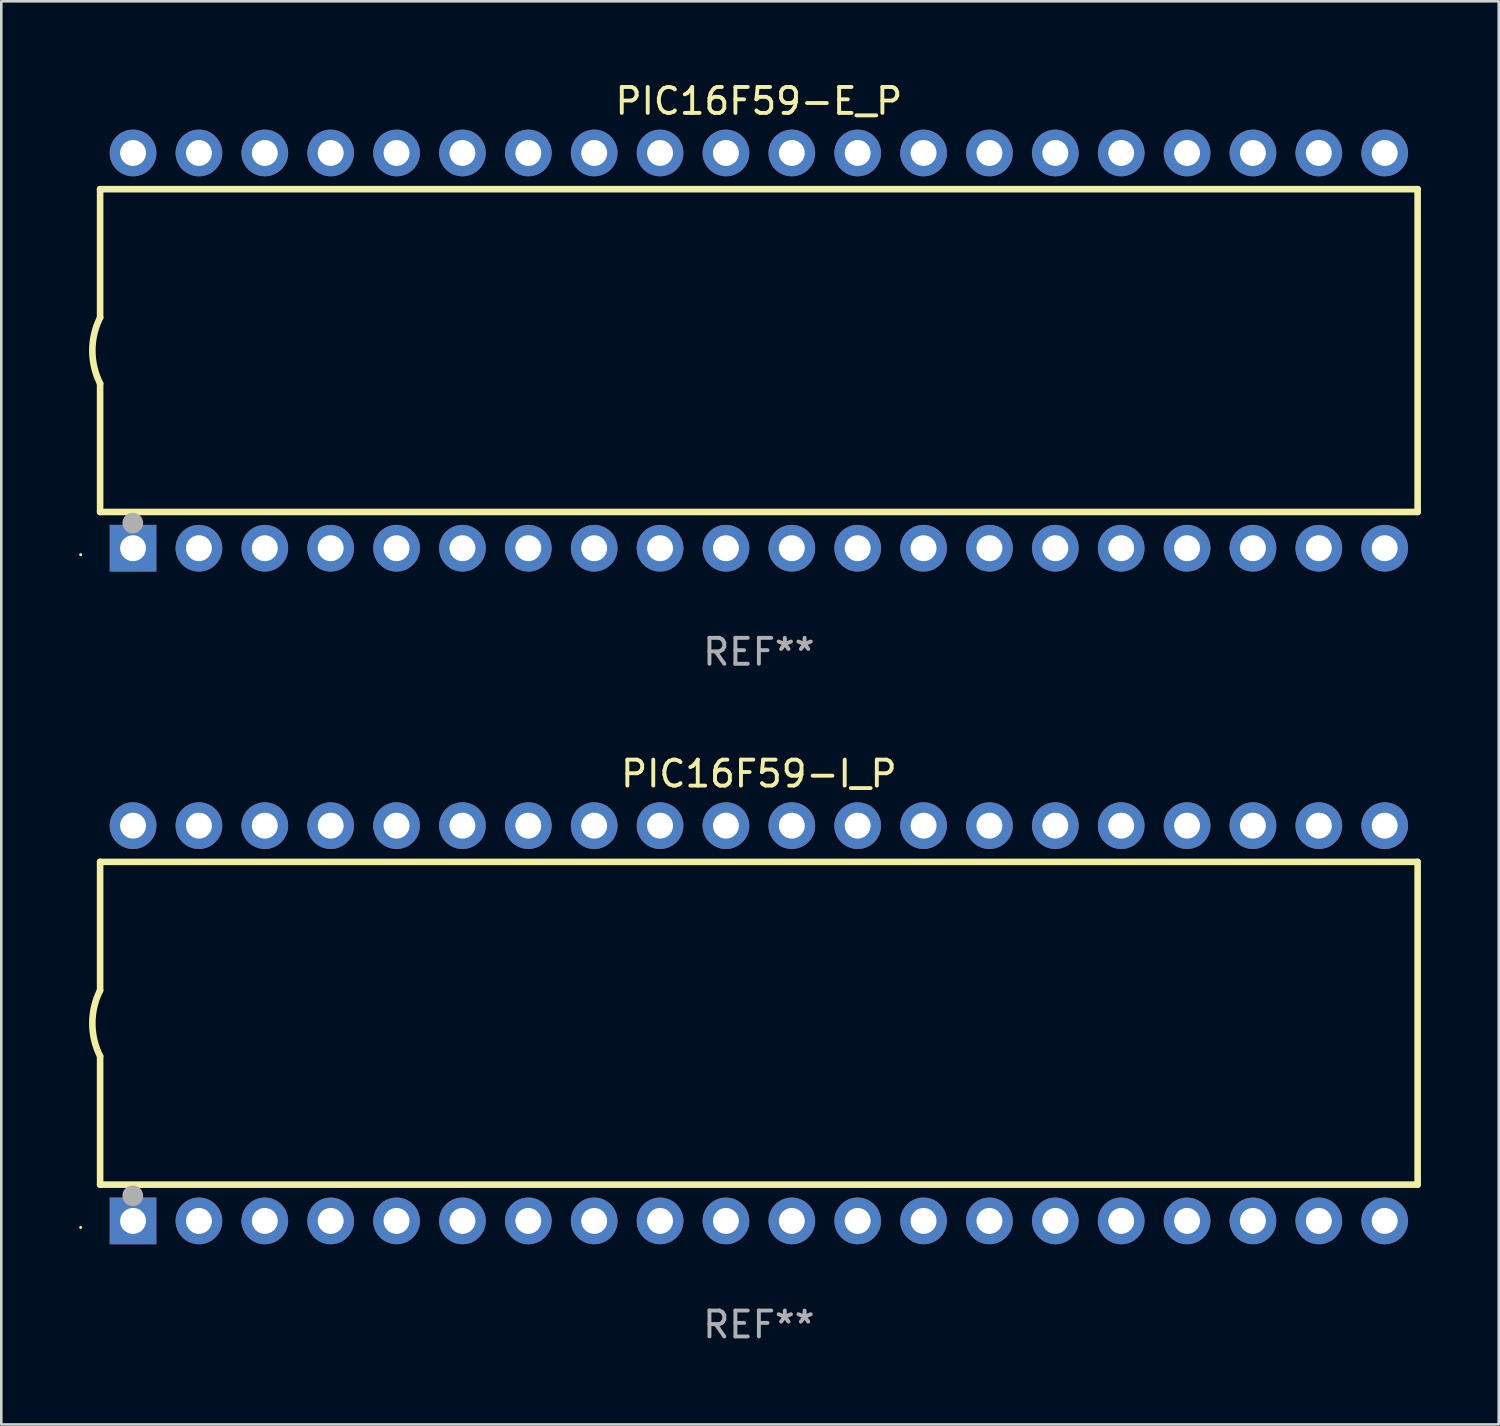
<source format=kicad_pcb>
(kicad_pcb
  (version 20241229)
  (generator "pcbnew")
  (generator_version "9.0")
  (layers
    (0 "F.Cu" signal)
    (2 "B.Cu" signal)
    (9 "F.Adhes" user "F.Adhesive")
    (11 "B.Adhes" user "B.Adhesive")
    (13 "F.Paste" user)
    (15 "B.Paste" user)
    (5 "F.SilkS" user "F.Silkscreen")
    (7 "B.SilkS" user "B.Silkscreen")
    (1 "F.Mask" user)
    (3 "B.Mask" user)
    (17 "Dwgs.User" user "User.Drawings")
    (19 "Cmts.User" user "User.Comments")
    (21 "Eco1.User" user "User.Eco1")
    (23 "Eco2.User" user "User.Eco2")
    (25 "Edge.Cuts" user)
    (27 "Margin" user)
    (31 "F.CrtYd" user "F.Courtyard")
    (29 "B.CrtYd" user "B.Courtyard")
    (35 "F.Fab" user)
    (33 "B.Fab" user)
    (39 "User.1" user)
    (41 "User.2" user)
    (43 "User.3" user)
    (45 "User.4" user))
  (footprint "PIC16F59-I_P"
    (layer "F.Cu")
    (at 26.21 36.405)
    (property "Reference" "PIC16F59-I_P" (at 0 -9.62 0) (layer "F.SilkS") (effects (font (size 1 1) (thickness 0.15))))
    (attr through_hole)
    (fp_line (start -25.4 -6.224) (end -25.4 -1.271) (stroke (width 0.254) (type solid)) (layer "F.SilkS"))
    (fp_line (start -25.4 -6.224) (end 25.4 -6.224) (stroke (width 0.254) (type solid)) (layer "F.SilkS"))
    (fp_line (start -25.4 1.269) (end -25.4 6.222) (stroke (width 0.254) (type solid)) (layer "F.SilkS"))
    (fp_line (start -25.4 6.222) (end 25.4 6.222) (stroke (width 0.254) (type solid)) (layer "F.SilkS"))
    (fp_line (start 25.4 6.222) (end 25.4 -6.224) (stroke (width 0.254) (type solid)) (layer "F.SilkS"))
    (fp_arc (start -25.4 1.269241) (mid -25.699807 -0.000762) (end -25.4 -1.270765) (stroke (width 0.254001) (type solid)) (layer "F.SilkS"))
    (fp_circle (center -26.15 7.87) (end -26.12 7.87) (stroke (width 0.06) (type solid)) (fill no) (layer "F.SilkS"))
    (fp_circle (center -24.14 6.65) (end -23.94 6.65) (stroke (width 0.4) (type solid)) (fill no) (layer "F.Fab"))
    (fp_text user "REF**" (at 0 11.62 0) (layer "F.Fab") (effects (font (size 1 1) (thickness 0.15))))
    (pad "1" thru_hole rect (at -24.13 7.62 90) (size 1.8 1.8) (drill 1) (layers "*.Cu" "*.Mask"))
    (pad "2" thru_hole circle (at -21.59 7.62) (size 1.8 1.8) (drill 1) (layers "*.Cu" "*.Mask"))
    (pad "3" thru_hole circle (at -19.05 7.62) (size 1.8 1.8) (drill 1) (layers "*.Cu" "*.Mask"))
    (pad "4" thru_hole circle (at -16.51 7.62) (size 1.8 1.8) (drill 1) (layers "*.Cu" "*.Mask"))
    (pad "5" thru_hole circle (at -13.97 7.62) (size 1.8 1.8) (drill 1) (layers "*.Cu" "*.Mask"))
    (pad "6" thru_hole circle (at -11.43 7.62) (size 1.8 1.8) (drill 1) (layers "*.Cu" "*.Mask"))
    (pad "7" thru_hole circle (at -8.89 7.62) (size 1.8 1.8) (drill 1) (layers "*.Cu" "*.Mask"))
    (pad "8" thru_hole circle (at -6.35 7.62) (size 1.8 1.8) (drill 1) (layers "*.Cu" "*.Mask"))
    (pad "9" thru_hole circle (at -3.81 7.62) (size 1.8 1.8) (drill 1) (layers "*.Cu" "*.Mask"))
    (pad "10" thru_hole circle (at -1.27 7.62) (size 1.8 1.8) (drill 1) (layers "*.Cu" "*.Mask"))
    (pad "11" thru_hole circle (at 1.27 7.62) (size 1.8 1.8) (drill 1) (layers "*.Cu" "*.Mask"))
    (pad "12" thru_hole circle (at 3.81 7.62) (size 1.8 1.8) (drill 1) (layers "*.Cu" "*.Mask"))
    (pad "13" thru_hole circle (at 6.35 7.62) (size 1.8 1.8) (drill 1) (layers "*.Cu" "*.Mask"))
    (pad "14" thru_hole circle (at 8.89 7.62) (size 1.8 1.8) (drill 1) (layers "*.Cu" "*.Mask"))
    (pad "15" thru_hole circle (at 11.43 7.62) (size 1.8 1.8) (drill 1) (layers "*.Cu" "*.Mask"))
    (pad "16" thru_hole circle (at 13.97 7.62) (size 1.8 1.8) (drill 1) (layers "*.Cu" "*.Mask"))
    (pad "17" thru_hole circle (at 16.51 7.62) (size 1.8 1.8) (drill 1) (layers "*.Cu" "*.Mask"))
    (pad "18" thru_hole circle (at 19.05 7.62) (size 1.8 1.8) (drill 1) (layers "*.Cu" "*.Mask"))
    (pad "19" thru_hole circle (at 21.59 7.62) (size 1.8 1.8) (drill 1) (layers "*.Cu" "*.Mask"))
    (pad "20" thru_hole circle (at 24.13 7.62) (size 1.8 1.8) (drill 1) (layers "*.Cu" "*.Mask"))
    (pad "21" thru_hole circle (at 24.13 -7.62) (size 1.8 1.8) (drill 1) (layers "*.Cu" "*.Mask"))
    (pad "22" thru_hole circle (at 21.59 -7.62) (size 1.8 1.8) (drill 1) (layers "*.Cu" "*.Mask"))
    (pad "23" thru_hole circle (at 19.05 -7.62) (size 1.8 1.8) (drill 1) (layers "*.Cu" "*.Mask"))
    (pad "24" thru_hole circle (at 16.51 -7.62) (size 1.8 1.8) (drill 1) (layers "*.Cu" "*.Mask"))
    (pad "25" thru_hole circle (at 13.97 -7.62) (size 1.8 1.8) (drill 1) (layers "*.Cu" "*.Mask"))
    (pad "26" thru_hole circle (at 11.43 -7.62) (size 1.8 1.8) (drill 1) (layers "*.Cu" "*.Mask"))
    (pad "27" thru_hole circle (at 8.89 -7.62) (size 1.8 1.8) (drill 1) (layers "*.Cu" "*.Mask"))
    (pad "28" thru_hole circle (at 6.35 -7.62) (size 1.8 1.8) (drill 1) (layers "*.Cu" "*.Mask"))
    (pad "29" thru_hole circle (at 3.81 -7.62) (size 1.8 1.8) (drill 1) (layers "*.Cu" "*.Mask"))
    (pad "30" thru_hole circle (at 1.27 -7.62) (size 1.8 1.8) (drill 1) (layers "*.Cu" "*.Mask"))
    (pad "31" thru_hole circle (at -1.27 -7.62) (size 1.8 1.8) (drill 1) (layers "*.Cu" "*.Mask"))
    (pad "32" thru_hole circle (at -3.81 -7.62) (size 1.8 1.8) (drill 1) (layers "*.Cu" "*.Mask"))
    (pad "33" thru_hole circle (at -6.35 -7.62) (size 1.8 1.8) (drill 1) (layers "*.Cu" "*.Mask"))
    (pad "34" thru_hole circle (at -8.89 -7.62) (size 1.8 1.8) (drill 1) (layers "*.Cu" "*.Mask"))
    (pad "35" thru_hole circle (at -11.43 -7.62) (size 1.8 1.8) (drill 1) (layers "*.Cu" "*.Mask"))
    (pad "36" thru_hole circle (at -13.97 -7.62) (size 1.8 1.8) (drill 1) (layers "*.Cu" "*.Mask"))
    (pad "37" thru_hole circle (at -16.51 -7.62) (size 1.8 1.8) (drill 1) (layers "*.Cu" "*.Mask"))
    (pad "38" thru_hole circle (at -19.05 -7.62) (size 1.8 1.8) (drill 1) (layers "*.Cu" "*.Mask"))
    (pad "39" thru_hole circle (at -21.59 -7.62) (size 1.8 1.8) (drill 1) (layers "*.Cu" "*.Mask"))
    (pad "40" thru_hole circle (at -24.13 -7.62) (size 1.8 1.8) (drill 1) (layers "*.Cu" "*.Mask")))
  (footprint "PIC16F59-E_P"
    (layer "F.Cu")
    (at 26.21 10.468)
    (property "Reference" "PIC16F59-E_P" (at 0 -9.62 0) (layer "F.SilkS") (effects (font (size 1 1) (thickness 0.15))))
    (attr through_hole)
    (fp_line (start -25.4 -6.224) (end -25.4 -1.271) (stroke (width 0.254) (type solid)) (layer "F.SilkS"))
    (fp_line (start -25.4 -6.224) (end 25.4 -6.224) (stroke (width 0.254) (type solid)) (layer "F.SilkS"))
    (fp_line (start -25.4 1.269) (end -25.4 6.222) (stroke (width 0.254) (type solid)) (layer "F.SilkS"))
    (fp_line (start -25.4 6.222) (end 25.4 6.222) (stroke (width 0.254) (type solid)) (layer "F.SilkS"))
    (fp_line (start 25.4 6.222) (end 25.4 -6.224) (stroke (width 0.254) (type solid)) (layer "F.SilkS"))
    (fp_arc (start -25.4 1.269241) (mid -25.699807 -0.000762) (end -25.4 -1.270765) (stroke (width 0.254001) (type solid)) (layer "F.SilkS"))
    (fp_circle (center -26.15 7.87) (end -26.12 7.87) (stroke (width 0.06) (type solid)) (fill no) (layer "F.SilkS"))
    (fp_circle (center -24.14 6.65) (end -23.94 6.65) (stroke (width 0.4) (type solid)) (fill no) (layer "F.Fab"))
    (fp_text user "REF**" (at 0 11.62 0) (layer "F.Fab") (effects (font (size 1 1) (thickness 0.15))))
    (pad "1" thru_hole rect (at -24.13 7.62 90) (size 1.8 1.8) (drill 1) (layers "*.Cu" "*.Mask"))
    (pad "2" thru_hole circle (at -21.59 7.62) (size 1.8 1.8) (drill 1) (layers "*.Cu" "*.Mask"))
    (pad "3" thru_hole circle (at -19.05 7.62) (size 1.8 1.8) (drill 1) (layers "*.Cu" "*.Mask"))
    (pad "4" thru_hole circle (at -16.51 7.62) (size 1.8 1.8) (drill 1) (layers "*.Cu" "*.Mask"))
    (pad "5" thru_hole circle (at -13.97 7.62) (size 1.8 1.8) (drill 1) (layers "*.Cu" "*.Mask"))
    (pad "6" thru_hole circle (at -11.43 7.62) (size 1.8 1.8) (drill 1) (layers "*.Cu" "*.Mask"))
    (pad "7" thru_hole circle (at -8.89 7.62) (size 1.8 1.8) (drill 1) (layers "*.Cu" "*.Mask"))
    (pad "8" thru_hole circle (at -6.35 7.62) (size 1.8 1.8) (drill 1) (layers "*.Cu" "*.Mask"))
    (pad "9" thru_hole circle (at -3.81 7.62) (size 1.8 1.8) (drill 1) (layers "*.Cu" "*.Mask"))
    (pad "10" thru_hole circle (at -1.27 7.62) (size 1.8 1.8) (drill 1) (layers "*.Cu" "*.Mask"))
    (pad "11" thru_hole circle (at 1.27 7.62) (size 1.8 1.8) (drill 1) (layers "*.Cu" "*.Mask"))
    (pad "12" thru_hole circle (at 3.81 7.62) (size 1.8 1.8) (drill 1) (layers "*.Cu" "*.Mask"))
    (pad "13" thru_hole circle (at 6.35 7.62) (size 1.8 1.8) (drill 1) (layers "*.Cu" "*.Mask"))
    (pad "14" thru_hole circle (at 8.89 7.62) (size 1.8 1.8) (drill 1) (layers "*.Cu" "*.Mask"))
    (pad "15" thru_hole circle (at 11.43 7.62) (size 1.8 1.8) (drill 1) (layers "*.Cu" "*.Mask"))
    (pad "16" thru_hole circle (at 13.97 7.62) (size 1.8 1.8) (drill 1) (layers "*.Cu" "*.Mask"))
    (pad "17" thru_hole circle (at 16.51 7.62) (size 1.8 1.8) (drill 1) (layers "*.Cu" "*.Mask"))
    (pad "18" thru_hole circle (at 19.05 7.62) (size 1.8 1.8) (drill 1) (layers "*.Cu" "*.Mask"))
    (pad "19" thru_hole circle (at 21.59 7.62) (size 1.8 1.8) (drill 1) (layers "*.Cu" "*.Mask"))
    (pad "20" thru_hole circle (at 24.13 7.62) (size 1.8 1.8) (drill 1) (layers "*.Cu" "*.Mask"))
    (pad "21" thru_hole circle (at 24.13 -7.62) (size 1.8 1.8) (drill 1) (layers "*.Cu" "*.Mask"))
    (pad "22" thru_hole circle (at 21.59 -7.62) (size 1.8 1.8) (drill 1) (layers "*.Cu" "*.Mask"))
    (pad "23" thru_hole circle (at 19.05 -7.62) (size 1.8 1.8) (drill 1) (layers "*.Cu" "*.Mask"))
    (pad "24" thru_hole circle (at 16.51 -7.62) (size 1.8 1.8) (drill 1) (layers "*.Cu" "*.Mask"))
    (pad "25" thru_hole circle (at 13.97 -7.62) (size 1.8 1.8) (drill 1) (layers "*.Cu" "*.Mask"))
    (pad "26" thru_hole circle (at 11.43 -7.62) (size 1.8 1.8) (drill 1) (layers "*.Cu" "*.Mask"))
    (pad "27" thru_hole circle (at 8.89 -7.62) (size 1.8 1.8) (drill 1) (layers "*.Cu" "*.Mask"))
    (pad "28" thru_hole circle (at 6.35 -7.62) (size 1.8 1.8) (drill 1) (layers "*.Cu" "*.Mask"))
    (pad "29" thru_hole circle (at 3.81 -7.62) (size 1.8 1.8) (drill 1) (layers "*.Cu" "*.Mask"))
    (pad "30" thru_hole circle (at 1.27 -7.62) (size 1.8 1.8) (drill 1) (layers "*.Cu" "*.Mask"))
    (pad "31" thru_hole circle (at -1.27 -7.62) (size 1.8 1.8) (drill 1) (layers "*.Cu" "*.Mask"))
    (pad "32" thru_hole circle (at -3.81 -7.62) (size 1.8 1.8) (drill 1) (layers "*.Cu" "*.Mask"))
    (pad "33" thru_hole circle (at -6.35 -7.62) (size 1.8 1.8) (drill 1) (layers "*.Cu" "*.Mask"))
    (pad "34" thru_hole circle (at -8.89 -7.62) (size 1.8 1.8) (drill 1) (layers "*.Cu" "*.Mask"))
    (pad "35" thru_hole circle (at -11.43 -7.62) (size 1.8 1.8) (drill 1) (layers "*.Cu" "*.Mask"))
    (pad "36" thru_hole circle (at -13.97 -7.62) (size 1.8 1.8) (drill 1) (layers "*.Cu" "*.Mask"))
    (pad "37" thru_hole circle (at -16.51 -7.62) (size 1.8 1.8) (drill 1) (layers "*.Cu" "*.Mask"))
    (pad "38" thru_hole circle (at -19.05 -7.62) (size 1.8 1.8) (drill 1) (layers "*.Cu" "*.Mask"))
    (pad "39" thru_hole circle (at -21.59 -7.62) (size 1.8 1.8) (drill 1) (layers "*.Cu" "*.Mask"))
    (pad "40" thru_hole circle (at -24.13 -7.62) (size 1.8 1.8) (drill 1) (layers "*.Cu" "*.Mask")))
  (gr_rect
    (start -3 -3)
    (end 54.737 51.873)
    (stroke (width 0.1) (type default))
    (fill no)
    (layer "Edge.Cuts")))
</source>
